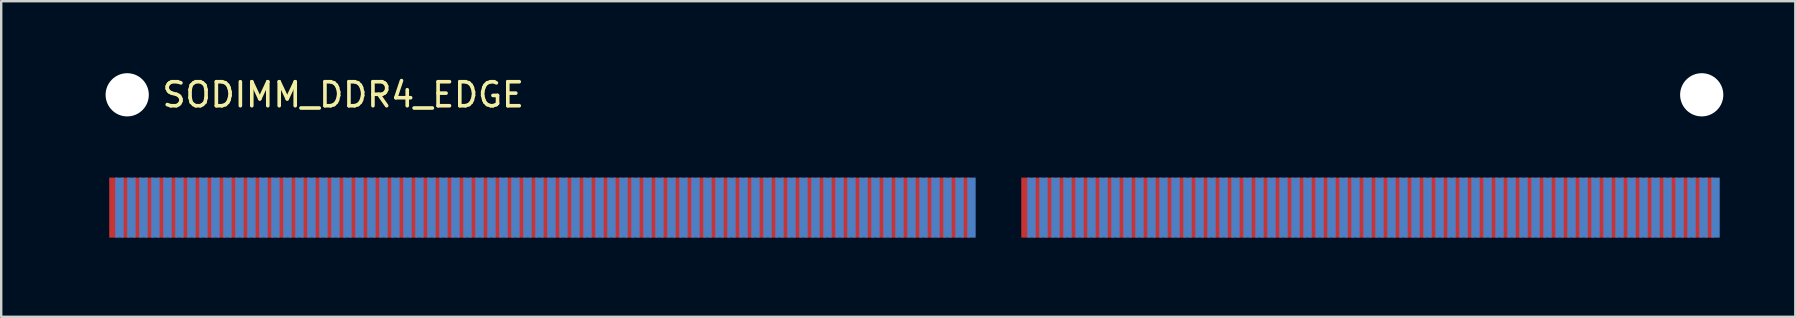
<source format=kicad_pcb>
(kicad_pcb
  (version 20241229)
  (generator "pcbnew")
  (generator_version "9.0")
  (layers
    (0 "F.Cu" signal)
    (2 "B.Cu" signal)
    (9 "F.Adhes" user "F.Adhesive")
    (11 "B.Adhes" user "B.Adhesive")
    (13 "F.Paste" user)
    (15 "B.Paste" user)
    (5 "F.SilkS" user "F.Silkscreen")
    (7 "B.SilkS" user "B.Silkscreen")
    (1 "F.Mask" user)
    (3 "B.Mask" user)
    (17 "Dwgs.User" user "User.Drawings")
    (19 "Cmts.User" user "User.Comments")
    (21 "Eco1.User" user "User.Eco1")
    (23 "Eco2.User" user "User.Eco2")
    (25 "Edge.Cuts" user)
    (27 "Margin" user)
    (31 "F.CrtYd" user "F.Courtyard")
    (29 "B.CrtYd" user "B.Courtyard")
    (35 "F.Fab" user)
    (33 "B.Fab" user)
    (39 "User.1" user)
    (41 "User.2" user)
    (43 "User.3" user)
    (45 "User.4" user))
  (footprint "SODIMM_DDR4_EDGE"
    (layer "F.Cu")
    (at 0.25 6.9)
    (property "Reference" "SODIMM_DDR4_EDGE" (at 11 -6 0) (layer "F.SilkS") (effects (font (size 1 1) (thickness 0.15))))
    (attr through_hole)
    (pad "" np_thru_hole circle (at 2 -6) (size 1.8 1.8) (drill 1.8) (layers "*.Cu" "*.Mask"))
    (pad "" np_thru_hole circle (at 67.6 -6) (size 1.8 1.8) (drill 1.8) (layers "*.Cu" "*.Mask"))
    (pad "1" smd rect (at 1.425 -1.3) (size 0.35 2.5) (layers "F.Cu" "F.Mask"))
    (pad "2" smd rect (at 1.675 -1.3) (size 0.35 2.5) (layers "B.Cu" "B.Mask"))
    (pad "3" smd rect (at 1.925 -1.3) (size 0.35 2.5) (layers "F.Cu" "F.Mask"))
    (pad "4" smd rect (at 2.175 -1.3) (size 0.35 2.5) (layers "B.Cu" "B.Mask"))
    (pad "5" smd rect (at 2.425 -1.3) (size 0.35 2.5) (layers "F.Cu" "F.Mask"))
    (pad "6" smd rect (at 2.675 -1.3) (size 0.35 2.5) (layers "B.Cu" "B.Mask"))
    (pad "7" smd rect (at 2.925 -1.3) (size 0.35 2.5) (layers "F.Cu" "F.Mask"))
    (pad "8" smd rect (at 3.175 -1.3) (size 0.35 2.5) (layers "B.Cu" "B.Mask"))
    (pad "9" smd rect (at 3.425 -1.3) (size 0.35 2.5) (layers "F.Cu" "F.Mask"))
    (pad "10" smd rect (at 3.675 -1.3) (size 0.35 2.5) (layers "B.Cu" "B.Mask"))
    (pad "11" smd rect (at 3.925 -1.3) (size 0.35 2.5) (layers "F.Cu" "F.Mask"))
    (pad "12" smd rect (at 4.175 -1.3) (size 0.35 2.5) (layers "B.Cu" "B.Mask"))
    (pad "13" smd rect (at 4.425 -1.3) (size 0.35 2.5) (layers "F.Cu" "F.Mask"))
    (pad "14" smd rect (at 4.675 -1.3) (size 0.35 2.5) (layers "B.Cu" "B.Mask"))
    (pad "15" smd rect (at 4.925 -1.3) (size 0.35 2.5) (layers "F.Cu" "F.Mask"))
    (pad "16" smd rect (at 5.175 -1.3) (size 0.35 2.5) (layers "B.Cu" "B.Mask"))
    (pad "17" smd rect (at 5.425 -1.3) (size 0.35 2.5) (layers "F.Cu" "F.Mask"))
    (pad "18" smd rect (at 5.675 -1.3) (size 0.35 2.5) (layers "B.Cu" "B.Mask"))
    (pad "19" smd rect (at 5.925 -1.3) (size 0.35 2.5) (layers "F.Cu" "F.Mask"))
    (pad "20" smd rect (at 6.175 -1.3) (size 0.35 2.5) (layers "B.Cu" "B.Mask"))
    (pad "21" smd rect (at 6.425 -1.3) (size 0.35 2.5) (layers "F.Cu" "F.Mask"))
    (pad "22" smd rect (at 6.675 -1.3) (size 0.35 2.5) (layers "B.Cu" "B.Mask"))
    (pad "23" smd rect (at 6.925 -1.3) (size 0.35 2.5) (layers "F.Cu" "F.Mask"))
    (pad "24" smd rect (at 7.175 -1.3) (size 0.35 2.5) (layers "B.Cu" "B.Mask"))
    (pad "25" smd rect (at 7.425 -1.3) (size 0.35 2.5) (layers "F.Cu" "F.Mask"))
    (pad "26" smd rect (at 7.675 -1.3) (size 0.35 2.5) (layers "B.Cu" "B.Mask"))
    (pad "27" smd rect (at 7.925 -1.3) (size 0.35 2.5) (layers "F.Cu" "F.Mask"))
    (pad "28" smd rect (at 8.175 -1.3) (size 0.35 2.5) (layers "B.Cu" "B.Mask"))
    (pad "29" smd rect (at 8.425 -1.3) (size 0.35 2.5) (layers "F.Cu" "F.Mask"))
    (pad "30" smd rect (at 8.675 -1.3) (size 0.35 2.5) (layers "B.Cu" "B.Mask"))
    (pad "31" smd rect (at 8.925 -1.3) (size 0.35 2.5) (layers "F.Cu" "F.Mask"))
    (pad "32" smd rect (at 9.175 -1.3) (size 0.35 2.5) (layers "B.Cu" "B.Mask"))
    (pad "33" smd rect (at 9.425 -1.3) (size 0.35 2.5) (layers "F.Cu" "F.Mask"))
    (pad "34" smd rect (at 9.675 -1.3) (size 0.35 2.5) (layers "B.Cu" "B.Mask"))
    (pad "35" smd rect (at 9.925 -1.3) (size 0.35 2.5) (layers "F.Cu" "F.Mask"))
    (pad "36" smd rect (at 10.175 -1.3) (size 0.35 2.5) (layers "B.Cu" "B.Mask"))
    (pad "37" smd rect (at 10.425 -1.3) (size 0.35 2.5) (layers "F.Cu" "F.Mask"))
    (pad "38" smd rect (at 10.675 -1.3) (size 0.35 2.5) (layers "B.Cu" "B.Mask"))
    (pad "39" smd rect (at 10.925 -1.3) (size 0.35 2.5) (layers "F.Cu" "F.Mask"))
    (pad "40" smd rect (at 11.175 -1.3) (size 0.35 2.5) (layers "B.Cu" "B.Mask"))
    (pad "41" smd rect (at 11.425 -1.3) (size 0.35 2.5) (layers "F.Cu" "F.Mask"))
    (pad "42" smd rect (at 11.675 -1.3) (size 0.35 2.5) (layers "B.Cu" "B.Mask"))
    (pad "43" smd rect (at 11.925 -1.3) (size 0.35 2.5) (layers "F.Cu" "F.Mask"))
    (pad "44" smd rect (at 12.175 -1.3) (size 0.35 2.5) (layers "B.Cu" "B.Mask"))
    (pad "45" smd rect (at 12.425 -1.3) (size 0.35 2.5) (layers "F.Cu" "F.Mask"))
    (pad "46" smd rect (at 12.675 -1.3) (size 0.35 2.5) (layers "B.Cu" "B.Mask"))
    (pad "47" smd rect (at 12.925 -1.3) (size 0.35 2.5) (layers "F.Cu" "F.Mask"))
    (pad "48" smd rect (at 13.175 -1.3) (size 0.35 2.5) (layers "B.Cu" "B.Mask"))
    (pad "49" smd rect (at 13.425 -1.3) (size 0.35 2.5) (layers "F.Cu" "F.Mask"))
    (pad "50" smd rect (at 13.675 -1.3) (size 0.35 2.5) (layers "B.Cu" "B.Mask"))
    (pad "51" smd rect (at 13.925 -1.3) (size 0.35 2.5) (layers "F.Cu" "F.Mask"))
    (pad "52" smd rect (at 14.175 -1.3) (size 0.35 2.5) (layers "B.Cu" "B.Mask"))
    (pad "53" smd rect (at 14.425 -1.3) (size 0.35 2.5) (layers "F.Cu" "F.Mask"))
    (pad "54" smd rect (at 14.675 -1.3) (size 0.35 2.5) (layers "B.Cu" "B.Mask"))
    (pad "55" smd rect (at 14.925 -1.3) (size 0.35 2.5) (layers "F.Cu" "F.Mask"))
    (pad "56" smd rect (at 15.175 -1.3) (size 0.35 2.5) (layers "B.Cu" "B.Mask"))
    (pad "57" smd rect (at 15.425 -1.3) (size 0.35 2.5) (layers "F.Cu" "F.Mask"))
    (pad "58" smd rect (at 15.675 -1.3) (size 0.35 2.5) (layers "B.Cu" "B.Mask"))
    (pad "59" smd rect (at 15.925 -1.3) (size 0.35 2.5) (layers "F.Cu" "F.Mask"))
    (pad "60" smd rect (at 16.175 -1.3) (size 0.35 2.5) (layers "B.Cu" "B.Mask"))
    (pad "61" smd rect (at 16.425 -1.3) (size 0.35 2.5) (layers "F.Cu" "F.Mask"))
    (pad "62" smd rect (at 16.675 -1.3) (size 0.35 2.5) (layers "B.Cu" "B.Mask"))
    (pad "63" smd rect (at 16.925 -1.3) (size 0.35 2.5) (layers "F.Cu" "F.Mask"))
    (pad "64" smd rect (at 17.175 -1.3) (size 0.35 2.5) (layers "B.Cu" "B.Mask"))
    (pad "65" smd rect (at 17.425 -1.3) (size 0.35 2.5) (layers "F.Cu" "F.Mask"))
    (pad "66" smd rect (at 17.675 -1.3) (size 0.35 2.5) (layers "B.Cu" "B.Mask"))
    (pad "67" smd rect (at 17.925 -1.3) (size 0.35 2.5) (layers "F.Cu" "F.Mask"))
    (pad "68" smd rect (at 18.175 -1.3) (size 0.35 2.5) (layers "B.Cu" "B.Mask"))
    (pad "69" smd rect (at 18.425 -1.3) (size 0.35 2.5) (layers "F.Cu" "F.Mask"))
    (pad "70" smd rect (at 18.675 -1.3) (size 0.35 2.5) (layers "B.Cu" "B.Mask"))
    (pad "71" smd rect (at 18.925 -1.3) (size 0.35 2.5) (layers "F.Cu" "F.Mask"))
    (pad "72" smd rect (at 19.175 -1.3) (size 0.35 2.5) (layers "B.Cu" "B.Mask"))
    (pad "73" smd rect (at 19.425 -1.3) (size 0.35 2.5) (layers "F.Cu" "F.Mask"))
    (pad "74" smd rect (at 19.675 -1.3) (size 0.35 2.5) (layers "B.Cu" "B.Mask"))
    (pad "75" smd rect (at 19.925 -1.3) (size 0.35 2.5) (layers "F.Cu" "F.Mask"))
    (pad "76" smd rect (at 20.175 -1.3) (size 0.35 2.5) (layers "B.Cu" "B.Mask"))
    (pad "77" smd rect (at 20.425 -1.3) (size 0.35 2.5) (layers "F.Cu" "F.Mask"))
    (pad "78" smd rect (at 20.675 -1.3) (size 0.35 2.5) (layers "B.Cu" "B.Mask"))
    (pad "79" smd rect (at 20.925 -1.3) (size 0.35 2.5) (layers "F.Cu" "F.Mask"))
    (pad "80" smd rect (at 21.175 -1.3) (size 0.35 2.5) (layers "B.Cu" "B.Mask"))
    (pad "81" smd rect (at 21.425 -1.3) (size 0.35 2.5) (layers "F.Cu" "F.Mask"))
    (pad "82" smd rect (at 21.675 -1.3) (size 0.35 2.5) (layers "B.Cu" "B.Mask"))
    (pad "83" smd rect (at 21.925 -1.3) (size 0.35 2.5) (layers "F.Cu" "F.Mask"))
    (pad "84" smd rect (at 22.175 -1.3) (size 0.35 2.5) (layers "B.Cu" "B.Mask"))
    (pad "85" smd rect (at 22.425 -1.3) (size 0.35 2.5) (layers "F.Cu" "F.Mask"))
    (pad "86" smd rect (at 22.675 -1.3) (size 0.35 2.5) (layers "B.Cu" "B.Mask"))
    (pad "87" smd rect (at 22.925 -1.3) (size 0.35 2.5) (layers "F.Cu" "F.Mask"))
    (pad "88" smd rect (at 23.175 -1.3) (size 0.35 2.5) (layers "B.Cu" "B.Mask"))
    (pad "89" smd rect (at 23.425 -1.3) (size 0.35 2.5) (layers "F.Cu" "F.Mask"))
    (pad "90" smd rect (at 23.675 -1.3) (size 0.35 2.5) (layers "B.Cu" "B.Mask"))
    (pad "91" smd rect (at 23.925 -1.3) (size 0.35 2.5) (layers "F.Cu" "F.Mask"))
    (pad "92" smd rect (at 24.175 -1.3) (size 0.35 2.5) (layers "B.Cu" "B.Mask"))
    (pad "93" smd rect (at 24.425 -1.3) (size 0.35 2.5) (layers "F.Cu" "F.Mask"))
    (pad "94" smd rect (at 24.675 -1.3) (size 0.35 2.5) (layers "B.Cu" "B.Mask"))
    (pad "95" smd rect (at 24.925 -1.3) (size 0.35 2.5) (layers "F.Cu" "F.Mask"))
    (pad "96" smd rect (at 25.175 -1.3) (size 0.35 2.5) (layers "B.Cu" "B.Mask"))
    (pad "97" smd rect (at 25.425 -1.3) (size 0.35 2.5) (layers "F.Cu" "F.Mask"))
    (pad "98" smd rect (at 25.675 -1.3) (size 0.35 2.5) (layers "B.Cu" "B.Mask"))
    (pad "99" smd rect (at 25.925 -1.3) (size 0.35 2.5) (layers "F.Cu" "F.Mask"))
    (pad "100" smd rect (at 26.175 -1.3) (size 0.35 2.5) (layers "B.Cu" "B.Mask"))
    (pad "101" smd rect (at 26.425 -1.3) (size 0.35 2.5) (layers "F.Cu" "F.Mask"))
    (pad "102" smd rect (at 26.675 -1.3) (size 0.35 2.5) (layers "B.Cu" "B.Mask"))
    (pad "103" smd rect (at 26.925 -1.3) (size 0.35 2.5) (layers "F.Cu" "F.Mask"))
    (pad "104" smd rect (at 27.175 -1.3) (size 0.35 2.5) (layers "B.Cu" "B.Mask"))
    (pad "105" smd rect (at 27.425 -1.3) (size 0.35 2.5) (layers "F.Cu" "F.Mask"))
    (pad "106" smd rect (at 27.675 -1.3) (size 0.35 2.5) (layers "B.Cu" "B.Mask"))
    (pad "107" smd rect (at 27.925 -1.3) (size 0.35 2.5) (layers "F.Cu" "F.Mask"))
    (pad "108" smd rect (at 28.175 -1.3) (size 0.35 2.5) (layers "B.Cu" "B.Mask"))
    (pad "109" smd rect (at 28.425 -1.3) (size 0.35 2.5) (layers "F.Cu" "F.Mask"))
    (pad "110" smd rect (at 28.675 -1.3) (size 0.35 2.5) (layers "B.Cu" "B.Mask"))
    (pad "111" smd rect (at 28.925 -1.3) (size 0.35 2.5) (layers "F.Cu" "F.Mask"))
    (pad "112" smd rect (at 29.175 -1.3) (size 0.35 2.5) (layers "B.Cu" "B.Mask"))
    (pad "113" smd rect (at 29.425 -1.3) (size 0.35 2.5) (layers "F.Cu" "F.Mask"))
    (pad "114" smd rect (at 29.675 -1.3) (size 0.35 2.5) (layers "B.Cu" "B.Mask"))
    (pad "115" smd rect (at 29.925 -1.3) (size 0.35 2.5) (layers "F.Cu" "F.Mask"))
    (pad "116" smd rect (at 30.175 -1.3) (size 0.35 2.5) (layers "B.Cu" "B.Mask"))
    (pad "117" smd rect (at 30.425 -1.3) (size 0.35 2.5) (layers "F.Cu" "F.Mask"))
    (pad "118" smd rect (at 30.675 -1.3) (size 0.35 2.5) (layers "B.Cu" "B.Mask"))
    (pad "119" smd rect (at 30.925 -1.3) (size 0.35 2.5) (layers "F.Cu" "F.Mask"))
    (pad "120" smd rect (at 31.175 -1.3) (size 0.35 2.5) (layers "B.Cu" "B.Mask"))
    (pad "121" smd rect (at 31.425 -1.3) (size 0.35 2.5) (layers "F.Cu" "F.Mask"))
    (pad "122" smd rect (at 31.675 -1.3) (size 0.35 2.5) (layers "B.Cu" "B.Mask"))
    (pad "123" smd rect (at 31.925 -1.3) (size 0.35 2.5) (layers "F.Cu" "F.Mask"))
    (pad "124" smd rect (at 32.175 -1.3) (size 0.35 2.5) (layers "B.Cu" "B.Mask"))
    (pad "125" smd rect (at 32.425 -1.3) (size 0.35 2.5) (layers "F.Cu" "F.Mask"))
    (pad "126" smd rect (at 32.675 -1.3) (size 0.35 2.5) (layers "B.Cu" "B.Mask"))
    (pad "127" smd rect (at 32.925 -1.3) (size 0.35 2.5) (layers "F.Cu" "F.Mask"))
    (pad "128" smd rect (at 33.175 -1.3) (size 0.35 2.5) (layers "B.Cu" "B.Mask"))
    (pad "129" smd rect (at 33.425 -1.3) (size 0.35 2.5) (layers "F.Cu" "F.Mask"))
    (pad "130" smd rect (at 33.675 -1.3) (size 0.35 2.5) (layers "B.Cu" "B.Mask"))
    (pad "131" smd rect (at 33.925 -1.3) (size 0.35 2.5) (layers "F.Cu" "F.Mask"))
    (pad "132" smd rect (at 34.175 -1.3) (size 0.35 2.5) (layers "B.Cu" "B.Mask"))
    (pad "133" smd rect (at 34.425 -1.3) (size 0.35 2.5) (layers "F.Cu" "F.Mask"))
    (pad "134" smd rect (at 34.675 -1.3) (size 0.35 2.5) (layers "B.Cu" "B.Mask"))
    (pad "135" smd rect (at 34.925 -1.3) (size 0.35 2.5) (layers "F.Cu" "F.Mask"))
    (pad "136" smd rect (at 35.175 -1.3) (size 0.35 2.5) (layers "B.Cu" "B.Mask"))
    (pad "137" smd rect (at 35.425 -1.3) (size 0.35 2.5) (layers "F.Cu" "F.Mask"))
    (pad "138" smd rect (at 35.675 -1.3) (size 0.35 2.5) (layers "B.Cu" "B.Mask"))
    (pad "139" smd rect (at 35.925 -1.3) (size 0.35 2.5) (layers "F.Cu" "F.Mask"))
    (pad "140" smd rect (at 36.175 -1.3) (size 0.35 2.5) (layers "B.Cu" "B.Mask"))
    (pad "141" smd rect (at 36.425 -1.3) (size 0.35 2.5) (layers "F.Cu" "F.Mask"))
    (pad "142" smd rect (at 36.675 -1.3) (size 0.35 2.5) (layers "B.Cu" "B.Mask"))
    (pad "143" smd rect (at 36.925 -1.3) (size 0.35 2.5) (layers "F.Cu" "F.Mask"))
    (pad "144" smd rect (at 37.175 -1.3) (size 0.35 2.5) (layers "B.Cu" "B.Mask"))
    (pad "145" smd rect (at 39.425 -1.3) (size 0.35 2.5) (layers "F.Cu" "F.Mask"))
    (pad "146" smd rect (at 39.675 -1.3) (size 0.35 2.5) (layers "B.Cu" "B.Mask"))
    (pad "147" smd rect (at 39.925 -1.3) (size 0.35 2.5) (layers "F.Cu" "F.Mask"))
    (pad "148" smd rect (at 40.175 -1.3) (size 0.35 2.5) (layers "B.Cu" "B.Mask"))
    (pad "149" smd rect (at 40.425 -1.3) (size 0.35 2.5) (layers "F.Cu" "F.Mask"))
    (pad "150" smd rect (at 40.675 -1.3) (size 0.35 2.5) (layers "B.Cu" "B.Mask"))
    (pad "151" smd rect (at 40.925 -1.3) (size 0.35 2.5) (layers "F.Cu" "F.Mask"))
    (pad "152" smd rect (at 41.175 -1.3) (size 0.35 2.5) (layers "B.Cu" "B.Mask"))
    (pad "153" smd rect (at 41.425 -1.3) (size 0.35 2.5) (layers "F.Cu" "F.Mask"))
    (pad "154" smd rect (at 41.675 -1.3) (size 0.35 2.5) (layers "B.Cu" "B.Mask"))
    (pad "155" smd rect (at 41.925 -1.3) (size 0.35 2.5) (layers "F.Cu" "F.Mask"))
    (pad "156" smd rect (at 42.175 -1.3) (size 0.35 2.5) (layers "B.Cu" "B.Mask"))
    (pad "157" smd rect (at 42.425 -1.3) (size 0.35 2.5) (layers "F.Cu" "F.Mask"))
    (pad "158" smd rect (at 42.675 -1.3) (size 0.35 2.5) (layers "B.Cu" "B.Mask"))
    (pad "159" smd rect (at 42.925 -1.3) (size 0.35 2.5) (layers "F.Cu" "F.Mask"))
    (pad "160" smd rect (at 43.175 -1.3) (size 0.35 2.5) (layers "B.Cu" "B.Mask"))
    (pad "161" smd rect (at 43.425 -1.3) (size 0.35 2.5) (layers "F.Cu" "F.Mask"))
    (pad "162" smd rect (at 43.675 -1.3) (size 0.35 2.5) (layers "B.Cu" "B.Mask"))
    (pad "163" smd rect (at 43.925 -1.3) (size 0.35 2.5) (layers "F.Cu" "F.Mask"))
    (pad "164" smd rect (at 44.175 -1.3) (size 0.35 2.5) (layers "B.Cu" "B.Mask"))
    (pad "165" smd rect (at 44.425 -1.3) (size 0.35 2.5) (layers "F.Cu" "F.Mask"))
    (pad "166" smd rect (at 44.675 -1.3) (size 0.35 2.5) (layers "B.Cu" "B.Mask"))
    (pad "167" smd rect (at 44.925 -1.3) (size 0.35 2.5) (layers "F.Cu" "F.Mask"))
    (pad "168" smd rect (at 45.175 -1.3) (size 0.35 2.5) (layers "B.Cu" "B.Mask"))
    (pad "169" smd rect (at 45.425 -1.3) (size 0.35 2.5) (layers "F.Cu" "F.Mask"))
    (pad "170" smd rect (at 45.675 -1.3) (size 0.35 2.5) (layers "B.Cu" "B.Mask"))
    (pad "171" smd rect (at 45.925 -1.3) (size 0.35 2.5) (layers "F.Cu" "F.Mask"))
    (pad "172" smd rect (at 46.175 -1.3) (size 0.35 2.5) (layers "B.Cu" "B.Mask"))
    (pad "173" smd rect (at 46.425 -1.3) (size 0.35 2.5) (layers "F.Cu" "F.Mask"))
    (pad "174" smd rect (at 46.675 -1.3) (size 0.35 2.5) (layers "B.Cu" "B.Mask"))
    (pad "175" smd rect (at 46.925 -1.3) (size 0.35 2.5) (layers "F.Cu" "F.Mask"))
    (pad "176" smd rect (at 47.175 -1.3) (size 0.35 2.5) (layers "B.Cu" "B.Mask"))
    (pad "177" smd rect (at 47.425 -1.3) (size 0.35 2.5) (layers "F.Cu" "F.Mask"))
    (pad "178" smd rect (at 47.675 -1.3) (size 0.35 2.5) (layers "B.Cu" "B.Mask"))
    (pad "179" smd rect (at 47.925 -1.3) (size 0.35 2.5) (layers "F.Cu" "F.Mask"))
    (pad "180" smd rect (at 48.175 -1.3) (size 0.35 2.5) (layers "B.Cu" "B.Mask"))
    (pad "181" smd rect (at 48.425 -1.3) (size 0.35 2.5) (layers "F.Cu" "F.Mask"))
    (pad "182" smd rect (at 48.675 -1.3) (size 0.35 2.5) (layers "B.Cu" "B.Mask"))
    (pad "183" smd rect (at 48.925 -1.3) (size 0.35 2.5) (layers "F.Cu" "F.Mask"))
    (pad "184" smd rect (at 49.175 -1.3) (size 0.35 2.5) (layers "B.Cu" "B.Mask"))
    (pad "185" smd rect (at 49.425 -1.3) (size 0.35 2.5) (layers "F.Cu" "F.Mask"))
    (pad "186" smd rect (at 49.675 -1.3) (size 0.35 2.5) (layers "B.Cu" "B.Mask"))
    (pad "187" smd rect (at 49.925 -1.3) (size 0.35 2.5) (layers "F.Cu" "F.Mask"))
    (pad "188" smd rect (at 50.175 -1.3) (size 0.35 2.5) (layers "B.Cu" "B.Mask"))
    (pad "189" smd rect (at 50.425 -1.3) (size 0.35 2.5) (layers "F.Cu" "F.Mask"))
    (pad "190" smd rect (at 50.675 -1.3) (size 0.35 2.5) (layers "B.Cu" "B.Mask"))
    (pad "191" smd rect (at 50.925 -1.3) (size 0.35 2.5) (layers "F.Cu" "F.Mask"))
    (pad "192" smd rect (at 51.175 -1.3) (size 0.35 2.5) (layers "B.Cu" "B.Mask"))
    (pad "193" smd rect (at 51.425 -1.3) (size 0.35 2.5) (layers "F.Cu" "F.Mask"))
    (pad "194" smd rect (at 51.675 -1.3) (size 0.35 2.5) (layers "B.Cu" "B.Mask"))
    (pad "195" smd rect (at 51.925 -1.3) (size 0.35 2.5) (layers "F.Cu" "F.Mask"))
    (pad "196" smd rect (at 52.175 -1.3) (size 0.35 2.5) (layers "B.Cu" "B.Mask"))
    (pad "197" smd rect (at 52.425 -1.3) (size 0.35 2.5) (layers "F.Cu" "F.Mask"))
    (pad "198" smd rect (at 52.675 -1.3) (size 0.35 2.5) (layers "B.Cu" "B.Mask"))
    (pad "199" smd rect (at 52.925 -1.3) (size 0.35 2.5) (layers "F.Cu" "F.Mask"))
    (pad "200" smd rect (at 53.175 -1.3) (size 0.35 2.5) (layers "B.Cu" "B.Mask"))
    (pad "201" smd rect (at 53.425 -1.3) (size 0.35 2.5) (layers "F.Cu" "F.Mask"))
    (pad "202" smd rect (at 53.675 -1.3) (size 0.35 2.5) (layers "B.Cu" "B.Mask"))
    (pad "203" smd rect (at 53.925 -1.3) (size 0.35 2.5) (layers "F.Cu" "F.Mask"))
    (pad "204" smd rect (at 54.175 -1.3) (size 0.35 2.5) (layers "B.Cu" "B.Mask"))
    (pad "205" smd rect (at 54.425 -1.3) (size 0.35 2.5) (layers "F.Cu" "F.Mask"))
    (pad "206" smd rect (at 54.675 -1.3) (size 0.35 2.5) (layers "B.Cu" "B.Mask"))
    (pad "207" smd rect (at 54.925 -1.3) (size 0.35 2.5) (layers "F.Cu" "F.Mask"))
    (pad "208" smd rect (at 55.175 -1.3) (size 0.35 2.5) (layers "B.Cu" "B.Mask"))
    (pad "209" smd rect (at 55.425 -1.3) (size 0.35 2.5) (layers "F.Cu" "F.Mask"))
    (pad "210" smd rect (at 55.675 -1.3) (size 0.35 2.5) (layers "B.Cu" "B.Mask"))
    (pad "211" smd rect (at 55.925 -1.3) (size 0.35 2.5) (layers "F.Cu" "F.Mask"))
    (pad "212" smd rect (at 56.175 -1.3) (size 0.35 2.5) (layers "B.Cu" "B.Mask"))
    (pad "213" smd rect (at 56.425 -1.3) (size 0.35 2.5) (layers "F.Cu" "F.Mask"))
    (pad "214" smd rect (at 56.675 -1.3) (size 0.35 2.5) (layers "B.Cu" "B.Mask"))
    (pad "215" smd rect (at 56.925 -1.3) (size 0.35 2.5) (layers "F.Cu" "F.Mask"))
    (pad "216" smd rect (at 57.175 -1.3) (size 0.35 2.5) (layers "B.Cu" "B.Mask"))
    (pad "217" smd rect (at 57.425 -1.3) (size 0.35 2.5) (layers "F.Cu" "F.Mask"))
    (pad "218" smd rect (at 57.675 -1.3) (size 0.35 2.5) (layers "B.Cu" "B.Mask"))
    (pad "219" smd rect (at 57.925 -1.3) (size 0.35 2.5) (layers "F.Cu" "F.Mask"))
    (pad "220" smd rect (at 58.175 -1.3) (size 0.35 2.5) (layers "B.Cu" "B.Mask"))
    (pad "221" smd rect (at 58.425 -1.3) (size 0.35 2.5) (layers "F.Cu" "F.Mask"))
    (pad "222" smd rect (at 58.675 -1.3) (size 0.35 2.5) (layers "B.Cu" "B.Mask"))
    (pad "223" smd rect (at 58.925 -1.3) (size 0.35 2.5) (layers "F.Cu" "F.Mask"))
    (pad "224" smd rect (at 59.175 -1.3) (size 0.35 2.5) (layers "B.Cu" "B.Mask"))
    (pad "225" smd rect (at 59.425 -1.3) (size 0.35 2.5) (layers "F.Cu" "F.Mask"))
    (pad "226" smd rect (at 59.675 -1.3) (size 0.35 2.5) (layers "B.Cu" "B.Mask"))
    (pad "227" smd rect (at 59.925 -1.3) (size 0.35 2.5) (layers "F.Cu" "F.Mask"))
    (pad "228" smd rect (at 60.175 -1.3) (size 0.35 2.5) (layers "B.Cu" "B.Mask"))
    (pad "229" smd rect (at 60.425 -1.3) (size 0.35 2.5) (layers "F.Cu" "F.Mask"))
    (pad "230" smd rect (at 60.675 -1.3) (size 0.35 2.5) (layers "B.Cu" "B.Mask"))
    (pad "231" smd rect (at 60.925 -1.3) (size 0.35 2.5) (layers "F.Cu" "F.Mask"))
    (pad "232" smd rect (at 61.175 -1.3) (size 0.35 2.5) (layers "B.Cu" "B.Mask"))
    (pad "233" smd rect (at 61.425 -1.3) (size 0.35 2.5) (layers "F.Cu" "F.Mask"))
    (pad "234" smd rect (at 61.675 -1.3) (size 0.35 2.5) (layers "B.Cu" "B.Mask"))
    (pad "235" smd rect (at 61.925 -1.3) (size 0.35 2.5) (layers "F.Cu" "F.Mask"))
    (pad "236" smd rect (at 62.175 -1.3) (size 0.35 2.5) (layers "B.Cu" "B.Mask"))
    (pad "237" smd rect (at 62.425 -1.3) (size 0.35 2.5) (layers "F.Cu" "F.Mask"))
    (pad "238" smd rect (at 62.675 -1.3) (size 0.35 2.5) (layers "B.Cu" "B.Mask"))
    (pad "239" smd rect (at 62.925 -1.3) (size 0.35 2.5) (layers "F.Cu" "F.Mask"))
    (pad "240" smd rect (at 63.175 -1.3) (size 0.35 2.5) (layers "B.Cu" "B.Mask"))
    (pad "241" smd rect (at 63.425 -1.3) (size 0.35 2.5) (layers "F.Cu" "F.Mask"))
    (pad "242" smd rect (at 63.675 -1.3) (size 0.35 2.5) (layers "B.Cu" "B.Mask"))
    (pad "243" smd rect (at 63.925 -1.3) (size 0.35 2.5) (layers "F.Cu" "F.Mask"))
    (pad "244" smd rect (at 64.175 -1.3) (size 0.35 2.5) (layers "B.Cu" "B.Mask"))
    (pad "245" smd rect (at 64.425 -1.3) (size 0.35 2.5) (layers "F.Cu" "F.Mask"))
    (pad "246" smd rect (at 64.675 -1.3) (size 0.35 2.5) (layers "B.Cu" "B.Mask"))
    (pad "247" smd rect (at 64.925 -1.3) (size 0.35 2.5) (layers "F.Cu" "F.Mask"))
    (pad "248" smd rect (at 65.175 -1.3) (size 0.35 2.5) (layers "B.Cu" "B.Mask"))
    (pad "249" smd rect (at 65.425 -1.3) (size 0.35 2.5) (layers "F.Cu" "F.Mask"))
    (pad "250" smd rect (at 65.675 -1.3) (size 0.35 2.5) (layers "B.Cu" "B.Mask"))
    (pad "251" smd rect (at 65.925 -1.3) (size 0.35 2.5) (layers "F.Cu" "F.Mask"))
    (pad "252" smd rect (at 66.175 -1.3) (size 0.35 2.5) (layers "B.Cu" "B.Mask"))
    (pad "253" smd rect (at 66.425 -1.3) (size 0.35 2.5) (layers "F.Cu" "F.Mask"))
    (pad "254" smd rect (at 66.675 -1.3) (size 0.35 2.5) (layers "B.Cu" "B.Mask"))
    (pad "255" smd rect (at 66.925 -1.3) (size 0.35 2.5) (layers "F.Cu" "F.Mask"))
    (pad "256" smd rect (at 67.175 -1.3) (size 0.35 2.5) (layers "B.Cu" "B.Mask"))
    (pad "257" smd rect (at 67.425 -1.3) (size 0.35 2.5) (layers "F.Cu" "F.Mask"))
    (pad "258" smd rect (at 67.675 -1.3) (size 0.35 2.5) (layers "B.Cu" "B.Mask"))
    (pad "259" smd rect (at 67.925 -1.3) (size 0.35 2.5) (layers "F.Cu" "F.Mask"))
    (pad "260" smd rect (at 68.175 -1.3) (size 0.35 2.5) (layers "B.Cu" "B.Mask")))
  (gr_rect
    (start -3 -3)
    (end 71.75 10.15)
    (stroke (width 0.1) (type default))
    (fill no)
    (layer "Edge.Cuts")))
</source>
